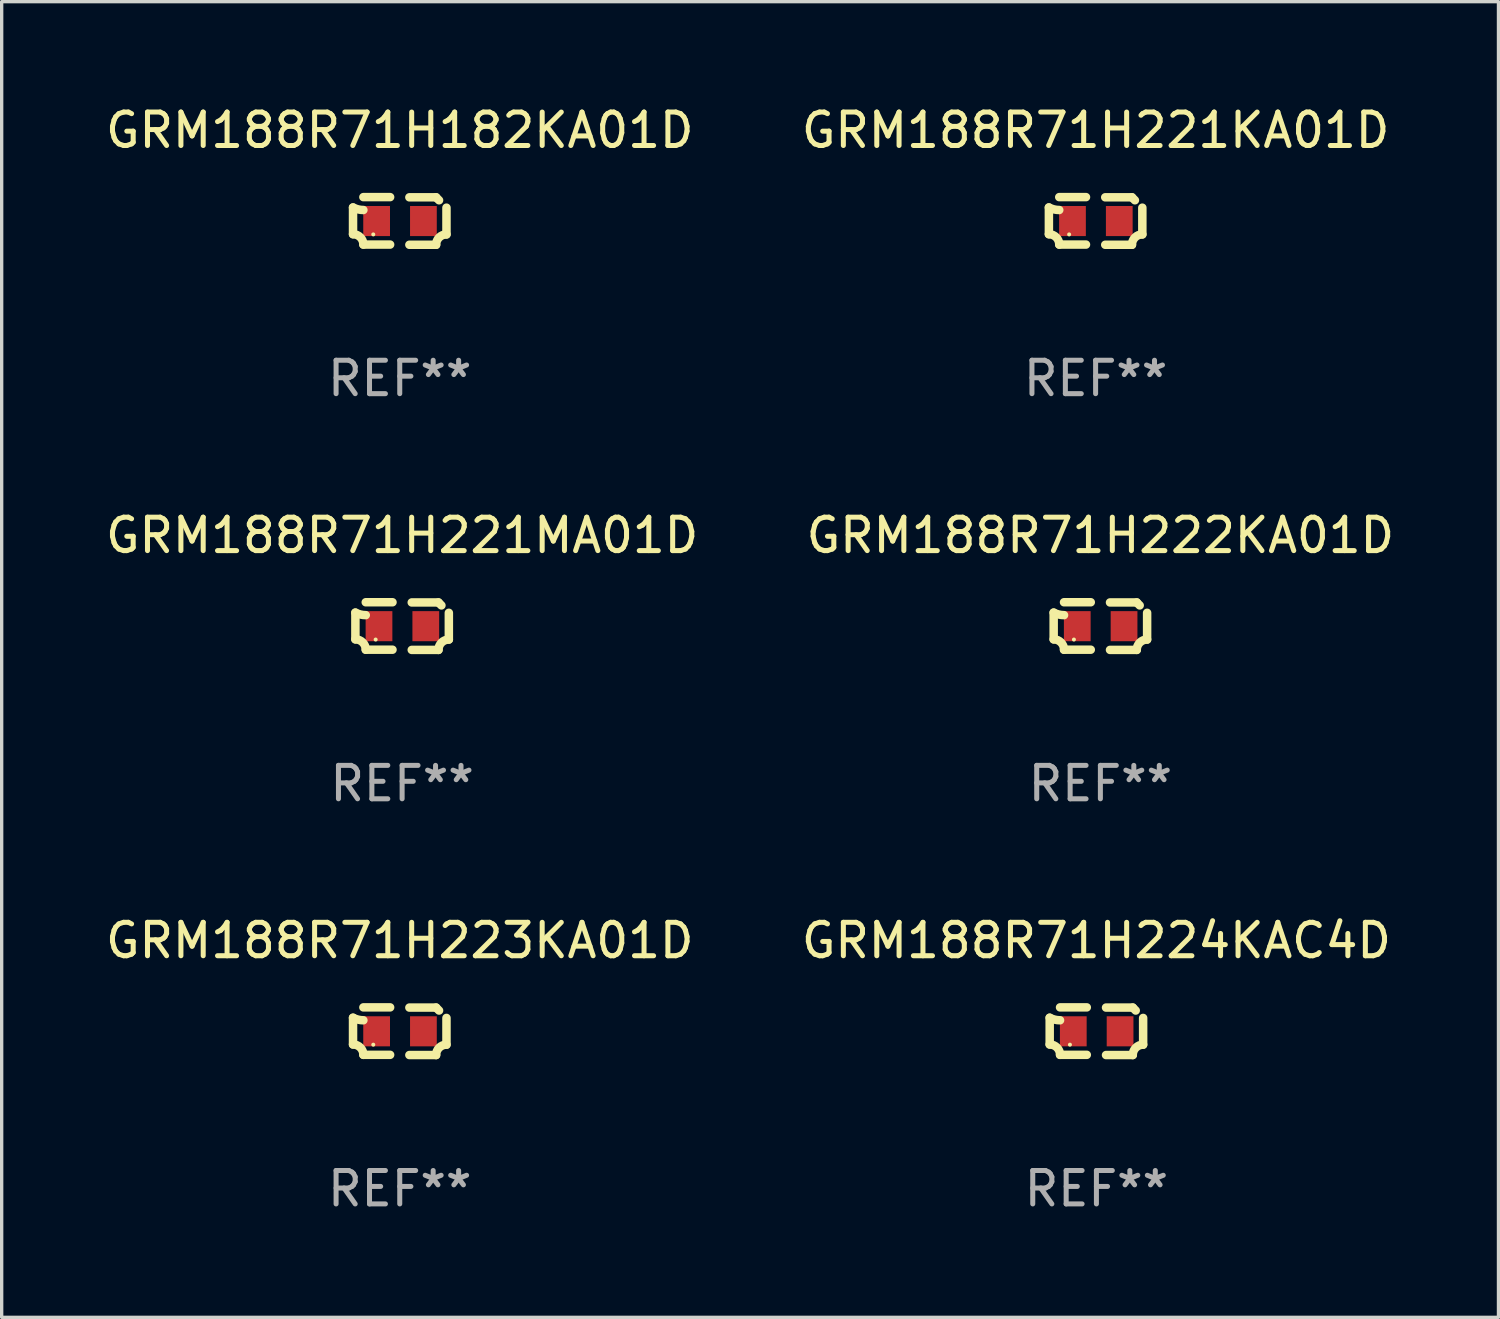
<source format=kicad_pcb>
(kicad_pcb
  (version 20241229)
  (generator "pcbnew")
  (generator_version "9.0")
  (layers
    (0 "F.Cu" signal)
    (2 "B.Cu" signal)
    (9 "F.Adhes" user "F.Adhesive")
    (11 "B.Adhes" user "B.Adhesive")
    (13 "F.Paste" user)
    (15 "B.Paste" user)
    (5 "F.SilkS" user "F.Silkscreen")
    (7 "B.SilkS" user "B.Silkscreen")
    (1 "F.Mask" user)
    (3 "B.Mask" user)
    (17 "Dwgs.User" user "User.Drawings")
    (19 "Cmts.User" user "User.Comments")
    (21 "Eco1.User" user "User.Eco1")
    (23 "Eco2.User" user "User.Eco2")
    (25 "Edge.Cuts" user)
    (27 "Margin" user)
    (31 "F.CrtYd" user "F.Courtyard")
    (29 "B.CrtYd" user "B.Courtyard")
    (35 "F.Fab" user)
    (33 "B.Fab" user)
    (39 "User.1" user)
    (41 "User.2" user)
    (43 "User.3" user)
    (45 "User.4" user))
  (footprint "GRM188R71H182KA01D"
    (layer "F.Cu")
    (at 8.911 3.561)
    (property "Reference" "GRM188R71H182KA01D" (at 0 -2.713 0) (layer "F.SilkS") (effects (font (size 1 1) (thickness 0.15))))
    (attr through_hole)
    (fp_line (start -1.398 -0.403) (end -1.398 0.397) (stroke (width 0.254) (type solid)) (layer "F.SilkS"))
    (fp_line (start -0.288 -0.713) (end -1.088 -0.713) (stroke (width 0.254) (type solid)) (layer "F.SilkS"))
    (fp_line (start -0.288 0.707) (end -1.088 0.707) (stroke (width 0.254) (type solid)) (layer "F.SilkS"))
    (fp_line (start 0.288 -0.707) (end 1.088 -0.707) (stroke (width 0.254) (type solid)) (layer "F.SilkS"))
    (fp_line (start 0.288 0.713) (end 1.088 0.713) (stroke (width 0.254) (type solid)) (layer "F.SilkS"))
    (fp_line (start 1.398 -0.397) (end 1.398 0.403) (stroke (width 0.254) (type solid)) (layer "F.SilkS"))
    (fp_arc (start -1.397789 0.397066) (mid -1.178701 0.487826) (end -1.08796 0.706922) (stroke (width 0.254001) (type solid)) (layer "F.SilkS"))
    (fp_arc (start -1.08796 -0.327176) (mid -1.247436 -0.346384) (end -1.39779 -0.402908) (stroke (width 0.254001) (type solid)) (layer "F.SilkS"))
    (fp_arc (start 1.087909 0.712738) (mid 1.178656 0.493655) (end 1.397739 0.402908) (stroke (width 0.254001) (type solid)) (layer "F.SilkS"))
    (fp_arc (start 1.175925 -0.618926) (mid 1.131917 -0.662923) (end 1.08791 -0.706922) (stroke (width 0.254001) (type solid)) (layer "F.SilkS"))
    (fp_circle (center -0.792 0.403) (end -0.762 0.403) (stroke (width 0.06) (type solid)) (fill no) (layer "F.SilkS"))
    (fp_text user "REF**" (at 0 4.713 0) (layer "F.Fab") (effects (font (size 1 1) (thickness 0.15))))
    (pad "1" smd rect (at -0.692 0.003) (size 0.8 0.9) (layers "F.Cu" "F.Mask" "F.Paste"))
    (pad "2" smd rect (at 0.708 0.003) (size 0.8 0.9) (layers "F.Cu" "F.Mask" "F.Paste")))
  (footprint "GRM188R71H221KA01D"
    (layer "F.Cu")
    (at 29.732 3.561)
    (property "Reference" "GRM188R71H221KA01D" (at 0 -2.713 0) (layer "F.SilkS") (effects (font (size 1 1) (thickness 0.15))))
    (attr through_hole)
    (fp_line (start -1.398 -0.403) (end -1.398 0.397) (stroke (width 0.254) (type solid)) (layer "F.SilkS"))
    (fp_line (start -0.288 -0.713) (end -1.088 -0.713) (stroke (width 0.254) (type solid)) (layer "F.SilkS"))
    (fp_line (start -0.288 0.707) (end -1.088 0.707) (stroke (width 0.254) (type solid)) (layer "F.SilkS"))
    (fp_line (start 0.288 -0.707) (end 1.088 -0.707) (stroke (width 0.254) (type solid)) (layer "F.SilkS"))
    (fp_line (start 0.288 0.713) (end 1.088 0.713) (stroke (width 0.254) (type solid)) (layer "F.SilkS"))
    (fp_line (start 1.398 -0.397) (end 1.398 0.403) (stroke (width 0.254) (type solid)) (layer "F.SilkS"))
    (fp_arc (start -1.397789 0.397066) (mid -1.178701 0.487826) (end -1.08796 0.706922) (stroke (width 0.254001) (type solid)) (layer "F.SilkS"))
    (fp_arc (start -1.08796 -0.327176) (mid -1.247436 -0.346384) (end -1.39779 -0.402908) (stroke (width 0.254001) (type solid)) (layer "F.SilkS"))
    (fp_arc (start 1.087909 0.712738) (mid 1.178656 0.493655) (end 1.397739 0.402908) (stroke (width 0.254001) (type solid)) (layer "F.SilkS"))
    (fp_arc (start 1.175925 -0.618926) (mid 1.131917 -0.662923) (end 1.08791 -0.706922) (stroke (width 0.254001) (type solid)) (layer "F.SilkS"))
    (fp_circle (center -0.792 0.403) (end -0.762 0.403) (stroke (width 0.06) (type solid)) (fill no) (layer "F.SilkS"))
    (fp_text user "REF**" (at 0 4.713 0) (layer "F.Fab") (effects (font (size 1 1) (thickness 0.15))))
    (pad "1" smd rect (at -0.692 0.003) (size 0.8 0.9) (layers "F.Cu" "F.Mask" "F.Paste"))
    (pad "2" smd rect (at 0.708 0.003) (size 0.8 0.9) (layers "F.Cu" "F.Mask" "F.Paste")))
  (footprint "GRM188R71H221MA01D"
    (layer "F.Cu")
    (at 8.982 15.683)
    (property "Reference" "GRM188R71H221MA01D" (at 0 -2.713 0) (layer "F.SilkS") (effects (font (size 1 1) (thickness 0.15))))
    (attr through_hole)
    (fp_line (start -1.398 -0.403) (end -1.398 0.397) (stroke (width 0.254) (type solid)) (layer "F.SilkS"))
    (fp_line (start -0.288 -0.713) (end -1.088 -0.713) (stroke (width 0.254) (type solid)) (layer "F.SilkS"))
    (fp_line (start -0.288 0.707) (end -1.088 0.707) (stroke (width 0.254) (type solid)) (layer "F.SilkS"))
    (fp_line (start 0.288 -0.707) (end 1.088 -0.707) (stroke (width 0.254) (type solid)) (layer "F.SilkS"))
    (fp_line (start 0.288 0.713) (end 1.088 0.713) (stroke (width 0.254) (type solid)) (layer "F.SilkS"))
    (fp_line (start 1.398 -0.397) (end 1.398 0.403) (stroke (width 0.254) (type solid)) (layer "F.SilkS"))
    (fp_arc (start -1.397789 0.397066) (mid -1.178701 0.487826) (end -1.08796 0.706922) (stroke (width 0.254001) (type solid)) (layer "F.SilkS"))
    (fp_arc (start -1.08796 -0.327176) (mid -1.247436 -0.346384) (end -1.39779 -0.402908) (stroke (width 0.254001) (type solid)) (layer "F.SilkS"))
    (fp_arc (start 1.087909 0.712738) (mid 1.178656 0.493655) (end 1.397739 0.402908) (stroke (width 0.254001) (type solid)) (layer "F.SilkS"))
    (fp_arc (start 1.175925 -0.618926) (mid 1.131917 -0.662923) (end 1.08791 -0.706922) (stroke (width 0.254001) (type solid)) (layer "F.SilkS"))
    (fp_circle (center -0.792 0.403) (end -0.762 0.403) (stroke (width 0.06) (type solid)) (fill no) (layer "F.SilkS"))
    (fp_text user "REF**" (at 0 4.713 0) (layer "F.Fab") (effects (font (size 1 1) (thickness 0.15))))
    (pad "1" smd rect (at -0.692 0.003) (size 0.8 0.9) (layers "F.Cu" "F.Mask" "F.Paste"))
    (pad "2" smd rect (at 0.708 0.003) (size 0.8 0.9) (layers "F.Cu" "F.Mask" "F.Paste")))
  (footprint "GRM188R71H223KA01D"
    (layer "F.Cu")
    (at 8.911 27.805)
    (property "Reference" "GRM188R71H223KA01D" (at 0 -2.713 0) (layer "F.SilkS") (effects (font (size 1 1) (thickness 0.15))))
    (attr through_hole)
    (fp_line (start -1.398 -0.403) (end -1.398 0.397) (stroke (width 0.254) (type solid)) (layer "F.SilkS"))
    (fp_line (start -0.288 -0.713) (end -1.088 -0.713) (stroke (width 0.254) (type solid)) (layer "F.SilkS"))
    (fp_line (start -0.288 0.707) (end -1.088 0.707) (stroke (width 0.254) (type solid)) (layer "F.SilkS"))
    (fp_line (start 0.288 -0.707) (end 1.088 -0.707) (stroke (width 0.254) (type solid)) (layer "F.SilkS"))
    (fp_line (start 0.288 0.713) (end 1.088 0.713) (stroke (width 0.254) (type solid)) (layer "F.SilkS"))
    (fp_line (start 1.398 -0.397) (end 1.398 0.403) (stroke (width 0.254) (type solid)) (layer "F.SilkS"))
    (fp_arc (start -1.397789 0.397066) (mid -1.178701 0.487826) (end -1.08796 0.706922) (stroke (width 0.254001) (type solid)) (layer "F.SilkS"))
    (fp_arc (start -1.08796 -0.327176) (mid -1.247436 -0.346384) (end -1.39779 -0.402908) (stroke (width 0.254001) (type solid)) (layer "F.SilkS"))
    (fp_arc (start 1.087909 0.712738) (mid 1.178656 0.493655) (end 1.397739 0.402908) (stroke (width 0.254001) (type solid)) (layer "F.SilkS"))
    (fp_arc (start 1.175925 -0.618926) (mid 1.131917 -0.662923) (end 1.08791 -0.706922) (stroke (width 0.254001) (type solid)) (layer "F.SilkS"))
    (fp_circle (center -0.792 0.403) (end -0.762 0.403) (stroke (width 0.06) (type solid)) (fill no) (layer "F.SilkS"))
    (fp_text user "REF**" (at 0 4.713 0) (layer "F.Fab") (effects (font (size 1 1) (thickness 0.15))))
    (pad "1" smd rect (at -0.692 0.003) (size 0.8 0.9) (layers "F.Cu" "F.Mask" "F.Paste"))
    (pad "2" smd rect (at 0.708 0.003) (size 0.8 0.9) (layers "F.Cu" "F.Mask" "F.Paste")))
  (footprint "GRM188R71H224KAC4D"
    (layer "F.Cu")
    (at 29.756 27.805)
    (property "Reference" "GRM188R71H224KAC4D" (at 0 -2.713 0) (layer "F.SilkS") (effects (font (size 1 1) (thickness 0.15))))
    (attr through_hole)
    (fp_line (start -1.398 -0.403) (end -1.398 0.397) (stroke (width 0.254) (type solid)) (layer "F.SilkS"))
    (fp_line (start -0.288 -0.713) (end -1.088 -0.713) (stroke (width 0.254) (type solid)) (layer "F.SilkS"))
    (fp_line (start -0.288 0.707) (end -1.088 0.707) (stroke (width 0.254) (type solid)) (layer "F.SilkS"))
    (fp_line (start 0.288 -0.707) (end 1.088 -0.707) (stroke (width 0.254) (type solid)) (layer "F.SilkS"))
    (fp_line (start 0.288 0.713) (end 1.088 0.713) (stroke (width 0.254) (type solid)) (layer "F.SilkS"))
    (fp_line (start 1.398 -0.397) (end 1.398 0.403) (stroke (width 0.254) (type solid)) (layer "F.SilkS"))
    (fp_arc (start -1.397789 0.397066) (mid -1.178701 0.487826) (end -1.08796 0.706922) (stroke (width 0.254001) (type solid)) (layer "F.SilkS"))
    (fp_arc (start -1.08796 -0.327176) (mid -1.247436 -0.346384) (end -1.39779 -0.402908) (stroke (width 0.254001) (type solid)) (layer "F.SilkS"))
    (fp_arc (start 1.087909 0.712738) (mid 1.178656 0.493655) (end 1.397739 0.402908) (stroke (width 0.254001) (type solid)) (layer "F.SilkS"))
    (fp_arc (start 1.175925 -0.618926) (mid 1.131917 -0.662923) (end 1.08791 -0.706922) (stroke (width 0.254001) (type solid)) (layer "F.SilkS"))
    (fp_circle (center -0.792 0.403) (end -0.762 0.403) (stroke (width 0.06) (type solid)) (fill no) (layer "F.SilkS"))
    (fp_text user "REF**" (at 0 4.713 0) (layer "F.Fab") (effects (font (size 1 1) (thickness 0.15))))
    (pad "1" smd rect (at -0.692 0.003) (size 0.8 0.9) (layers "F.Cu" "F.Mask" "F.Paste"))
    (pad "2" smd rect (at 0.708 0.003) (size 0.8 0.9) (layers "F.Cu" "F.Mask" "F.Paste")))
  (footprint "GRM188R71H222KA01D"
    (layer "F.Cu")
    (at 29.875 15.683)
    (property "Reference" "GRM188R71H222KA01D" (at 0 -2.713 0) (layer "F.SilkS") (effects (font (size 1 1) (thickness 0.15))))
    (attr through_hole)
    (fp_line (start -1.398 -0.403) (end -1.398 0.397) (stroke (width 0.254) (type solid)) (layer "F.SilkS"))
    (fp_line (start -0.288 -0.713) (end -1.088 -0.713) (stroke (width 0.254) (type solid)) (layer "F.SilkS"))
    (fp_line (start -0.288 0.707) (end -1.088 0.707) (stroke (width 0.254) (type solid)) (layer "F.SilkS"))
    (fp_line (start 0.288 -0.707) (end 1.088 -0.707) (stroke (width 0.254) (type solid)) (layer "F.SilkS"))
    (fp_line (start 0.288 0.713) (end 1.088 0.713) (stroke (width 0.254) (type solid)) (layer "F.SilkS"))
    (fp_line (start 1.398 -0.397) (end 1.398 0.403) (stroke (width 0.254) (type solid)) (layer "F.SilkS"))
    (fp_arc (start -1.397789 0.397066) (mid -1.178701 0.487826) (end -1.08796 0.706922) (stroke (width 0.254001) (type solid)) (layer "F.SilkS"))
    (fp_arc (start -1.08796 -0.327176) (mid -1.247436 -0.346384) (end -1.39779 -0.402908) (stroke (width 0.254001) (type solid)) (layer "F.SilkS"))
    (fp_arc (start 1.087909 0.712738) (mid 1.178656 0.493655) (end 1.397739 0.402908) (stroke (width 0.254001) (type solid)) (layer "F.SilkS"))
    (fp_arc (start 1.175925 -0.618926) (mid 1.131917 -0.662923) (end 1.08791 -0.706922) (stroke (width 0.254001) (type solid)) (layer "F.SilkS"))
    (fp_circle (center -0.792 0.403) (end -0.762 0.403) (stroke (width 0.06) (type solid)) (fill no) (layer "F.SilkS"))
    (fp_text user "REF**" (at 0 4.713 0) (layer "F.Fab") (effects (font (size 1 1) (thickness 0.15))))
    (pad "1" smd rect (at -0.692 0.003) (size 0.8 0.9) (layers "F.Cu" "F.Mask" "F.Paste"))
    (pad "2" smd rect (at 0.708 0.003) (size 0.8 0.9) (layers "F.Cu" "F.Mask" "F.Paste")))
  (gr_rect
    (start -3 -3)
    (end 41.786 36.366)
    (stroke (width 0.1) (type default))
    (fill no)
    (layer "Edge.Cuts")))
</source>
